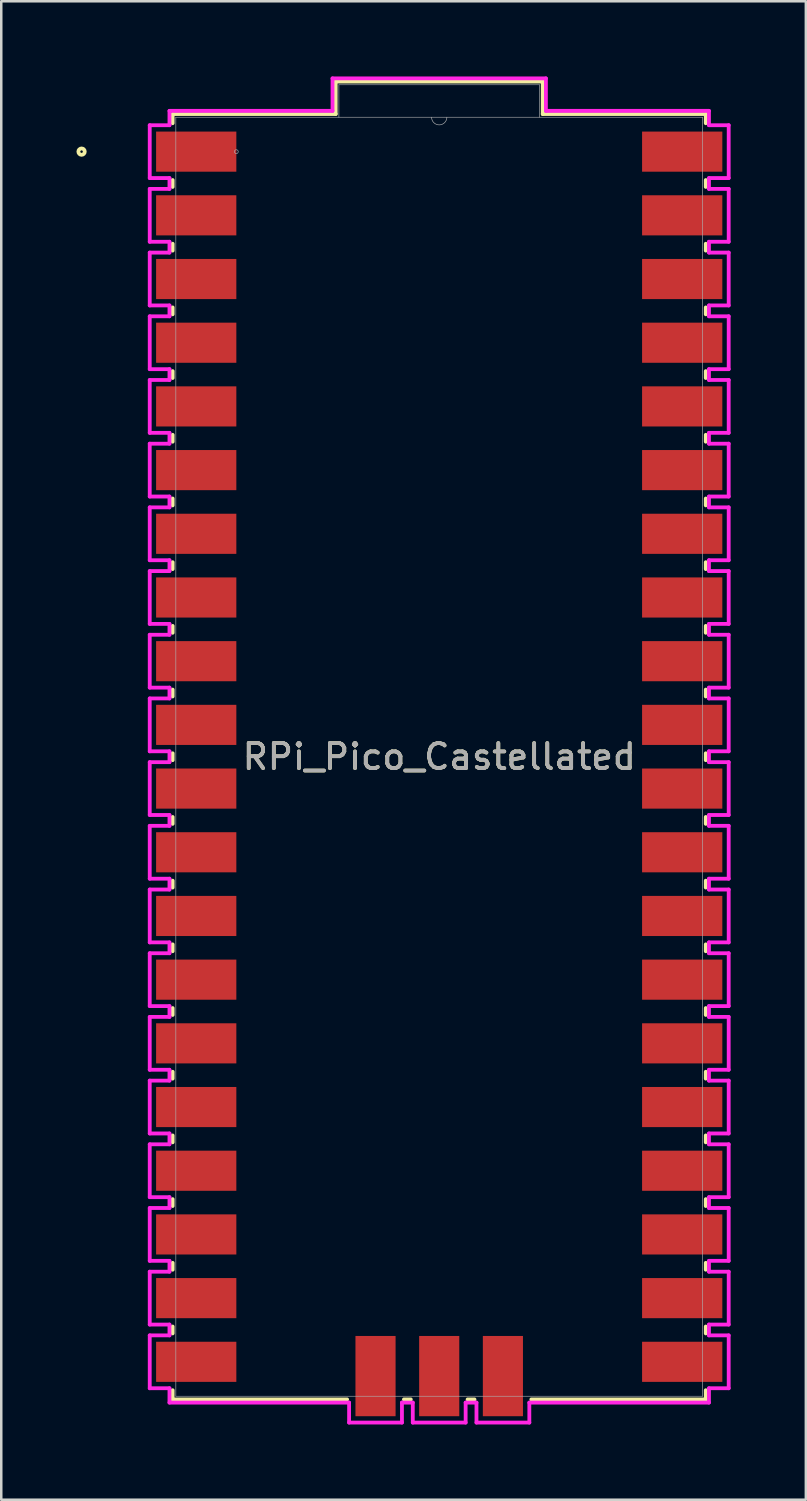
<source format=kicad_pcb>
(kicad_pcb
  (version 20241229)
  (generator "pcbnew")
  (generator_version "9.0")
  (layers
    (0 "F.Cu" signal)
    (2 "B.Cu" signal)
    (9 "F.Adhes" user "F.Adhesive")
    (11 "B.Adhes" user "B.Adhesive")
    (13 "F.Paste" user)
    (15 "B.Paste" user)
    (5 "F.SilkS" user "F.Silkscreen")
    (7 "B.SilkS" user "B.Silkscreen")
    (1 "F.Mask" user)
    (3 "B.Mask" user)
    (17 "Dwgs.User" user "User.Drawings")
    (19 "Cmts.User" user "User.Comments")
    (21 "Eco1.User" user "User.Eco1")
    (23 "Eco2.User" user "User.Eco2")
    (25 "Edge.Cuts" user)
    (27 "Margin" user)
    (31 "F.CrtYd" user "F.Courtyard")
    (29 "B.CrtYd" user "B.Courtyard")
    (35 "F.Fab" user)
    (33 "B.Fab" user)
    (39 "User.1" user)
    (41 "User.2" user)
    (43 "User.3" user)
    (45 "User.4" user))
  (footprint "RPi_Pico_Castellated"
    (layer "F.Cu")
    (at 14.465 27.127)
    (property "Reference" "RPi_Pico_Castellated" (at 0 0 0) (unlocked yes) (layer "F.SilkS") (effects (font (size 1 1) (thickness 0.15))))
    (attr smd)
    (fp_line (start -10.63 -25.629) (end -4.128 -25.629) (stroke (width 0.152) (type solid)) (layer "F.SilkS"))
    (fp_line (start -10.63 -25.263) (end -10.63 -25.629) (stroke (width 0.152) (type solid)) (layer "F.SilkS"))
    (fp_line (start -10.63 -22.723) (end -10.63 -22.997) (stroke (width 0.152) (type solid)) (layer "F.SilkS"))
    (fp_line (start -10.63 -20.183) (end -10.63 -20.457) (stroke (width 0.152) (type solid)) (layer "F.SilkS"))
    (fp_line (start -10.63 -17.643) (end -10.63 -17.917) (stroke (width 0.152) (type solid)) (layer "F.SilkS"))
    (fp_line (start -10.63 -15.103) (end -10.63 -15.377) (stroke (width 0.152) (type solid)) (layer "F.SilkS"))
    (fp_line (start -10.63 -12.563) (end -10.63 -12.837) (stroke (width 0.152) (type solid)) (layer "F.SilkS"))
    (fp_line (start -10.63 -10.023) (end -10.63 -10.297) (stroke (width 0.152) (type solid)) (layer "F.SilkS"))
    (fp_line (start -10.63 -7.483) (end -10.63 -7.757) (stroke (width 0.152) (type solid)) (layer "F.SilkS"))
    (fp_line (start -10.63 -4.943) (end -10.63 -5.217) (stroke (width 0.152) (type solid)) (layer "F.SilkS"))
    (fp_line (start -10.63 -2.403) (end -10.63 -2.677) (stroke (width 0.152) (type solid)) (layer "F.SilkS"))
    (fp_line (start -10.63 0.137) (end -10.63 -0.137) (stroke (width 0.152) (type solid)) (layer "F.SilkS"))
    (fp_line (start -10.63 2.677) (end -10.63 2.403) (stroke (width 0.152) (type solid)) (layer "F.SilkS"))
    (fp_line (start -10.63 5.217) (end -10.63 4.943) (stroke (width 0.152) (type solid)) (layer "F.SilkS"))
    (fp_line (start -10.63 7.757) (end -10.63 7.483) (stroke (width 0.152) (type solid)) (layer "F.SilkS"))
    (fp_line (start -10.63 10.297) (end -10.63 10.023) (stroke (width 0.152) (type solid)) (layer "F.SilkS"))
    (fp_line (start -10.63 12.837) (end -10.63 12.563) (stroke (width 0.152) (type solid)) (layer "F.SilkS"))
    (fp_line (start -10.63 15.377) (end -10.63 15.103) (stroke (width 0.152) (type solid)) (layer "F.SilkS"))
    (fp_line (start -10.63 17.917) (end -10.63 17.643) (stroke (width 0.152) (type solid)) (layer "F.SilkS"))
    (fp_line (start -10.63 20.457) (end -10.63 20.183) (stroke (width 0.152) (type solid)) (layer "F.SilkS"))
    (fp_line (start -10.63 22.997) (end -10.63 22.723) (stroke (width 0.152) (type solid)) (layer "F.SilkS"))
    (fp_line (start -10.63 25.629) (end -10.63 25.263) (stroke (width 0.152) (type solid)) (layer "F.SilkS"))
    (fp_line (start -4.128 -26.924) (end 4.128 -26.924) (stroke (width 0.152) (type solid)) (layer "F.SilkS"))
    (fp_line (start -4.128 -25.629) (end -4.128 -26.924) (stroke (width 0.152) (type solid)) (layer "F.SilkS"))
    (fp_line (start -3.673 25.629) (end -10.63 25.629) (stroke (width 0.152) (type solid)) (layer "F.SilkS"))
    (fp_line (start -1.133 25.629) (end -1.407 25.629) (stroke (width 0.152) (type solid)) (layer "F.SilkS"))
    (fp_line (start 1.407 25.629) (end 1.133 25.629) (stroke (width 0.152) (type solid)) (layer "F.SilkS"))
    (fp_line (start 4.128 -26.924) (end 4.128 -25.629) (stroke (width 0.152) (type solid)) (layer "F.SilkS"))
    (fp_line (start 4.128 -25.629) (end 10.63 -25.629) (stroke (width 0.152) (type solid)) (layer "F.SilkS"))
    (fp_line (start 10.63 -25.629) (end 10.63 -25.263) (stroke (width 0.152) (type solid)) (layer "F.SilkS"))
    (fp_line (start 10.63 -22.997) (end 10.63 -22.723) (stroke (width 0.152) (type solid)) (layer "F.SilkS"))
    (fp_line (start 10.63 -20.457) (end 10.63 -20.183) (stroke (width 0.152) (type solid)) (layer "F.SilkS"))
    (fp_line (start 10.63 -17.917) (end 10.63 -17.643) (stroke (width 0.152) (type solid)) (layer "F.SilkS"))
    (fp_line (start 10.63 -15.377) (end 10.63 -15.103) (stroke (width 0.152) (type solid)) (layer "F.SilkS"))
    (fp_line (start 10.63 -12.837) (end 10.63 -12.563) (stroke (width 0.152) (type solid)) (layer "F.SilkS"))
    (fp_line (start 10.63 -10.297) (end 10.63 -10.023) (stroke (width 0.152) (type solid)) (layer "F.SilkS"))
    (fp_line (start 10.63 -7.757) (end 10.63 -7.483) (stroke (width 0.152) (type solid)) (layer "F.SilkS"))
    (fp_line (start 10.63 -5.217) (end 10.63 -4.943) (stroke (width 0.152) (type solid)) (layer "F.SilkS"))
    (fp_line (start 10.63 -2.677) (end 10.63 -2.403) (stroke (width 0.152) (type solid)) (layer "F.SilkS"))
    (fp_line (start 10.63 -0.137) (end 10.63 0.137) (stroke (width 0.152) (type solid)) (layer "F.SilkS"))
    (fp_line (start 10.63 2.403) (end 10.63 2.677) (stroke (width 0.152) (type solid)) (layer "F.SilkS"))
    (fp_line (start 10.63 4.943) (end 10.63 5.217) (stroke (width 0.152) (type solid)) (layer "F.SilkS"))
    (fp_line (start 10.63 7.483) (end 10.63 7.757) (stroke (width 0.152) (type solid)) (layer "F.SilkS"))
    (fp_line (start 10.63 10.023) (end 10.63 10.297) (stroke (width 0.152) (type solid)) (layer "F.SilkS"))
    (fp_line (start 10.63 12.563) (end 10.63 12.837) (stroke (width 0.152) (type solid)) (layer "F.SilkS"))
    (fp_line (start 10.63 15.103) (end 10.63 15.377) (stroke (width 0.152) (type solid)) (layer "F.SilkS"))
    (fp_line (start 10.63 17.643) (end 10.63 17.917) (stroke (width 0.152) (type solid)) (layer "F.SilkS"))
    (fp_line (start 10.63 20.183) (end 10.63 20.457) (stroke (width 0.152) (type solid)) (layer "F.SilkS"))
    (fp_line (start 10.63 22.723) (end 10.63 22.997) (stroke (width 0.152) (type solid)) (layer "F.SilkS"))
    (fp_line (start 10.63 25.263) (end 10.63 25.629) (stroke (width 0.152) (type solid)) (layer "F.SilkS"))
    (fp_line (start 10.63 25.629) (end 3.673 25.629) (stroke (width 0.152) (type solid)) (layer "F.SilkS"))
    (fp_circle (center -14.262 -24.13) (end -14.135 -24.13) (stroke (width 0.152) (type solid)) (fill no) (layer "F.SilkS"))
    (fp_line (start -11.544 -25.184) (end -11.544 -23.076) (stroke (width 0.152) (type solid)) (layer "F.CrtYd"))
    (fp_line (start -11.544 -23.076) (end -10.757 -23.076) (stroke (width 0.152) (type solid)) (layer "F.CrtYd"))
    (fp_line (start -11.544 -22.644) (end -11.544 -20.536) (stroke (width 0.152) (type solid)) (layer "F.CrtYd"))
    (fp_line (start -11.544 -20.536) (end -10.757 -20.536) (stroke (width 0.152) (type solid)) (layer "F.CrtYd"))
    (fp_line (start -11.544 -20.104) (end -11.544 -17.996) (stroke (width 0.152) (type solid)) (layer "F.CrtYd"))
    (fp_line (start -11.544 -17.996) (end -10.757 -17.996) (stroke (width 0.152) (type solid)) (layer "F.CrtYd"))
    (fp_line (start -11.544 -17.564) (end -11.544 -15.456) (stroke (width 0.152) (type solid)) (layer "F.CrtYd"))
    (fp_line (start -11.544 -15.456) (end -10.757 -15.456) (stroke (width 0.152) (type solid)) (layer "F.CrtYd"))
    (fp_line (start -11.544 -15.024) (end -11.544 -12.916) (stroke (width 0.152) (type solid)) (layer "F.CrtYd"))
    (fp_line (start -11.544 -12.916) (end -10.757 -12.916) (stroke (width 0.152) (type solid)) (layer "F.CrtYd"))
    (fp_line (start -11.544 -12.484) (end -11.544 -10.376) (stroke (width 0.152) (type solid)) (layer "F.CrtYd"))
    (fp_line (start -11.544 -10.376) (end -10.757 -10.376) (stroke (width 0.152) (type solid)) (layer "F.CrtYd"))
    (fp_line (start -11.544 -9.944) (end -11.544 -7.836) (stroke (width 0.152) (type solid)) (layer "F.CrtYd"))
    (fp_line (start -11.544 -7.836) (end -10.757 -7.836) (stroke (width 0.152) (type solid)) (layer "F.CrtYd"))
    (fp_line (start -11.544 -7.404) (end -11.544 -5.296) (stroke (width 0.152) (type solid)) (layer "F.CrtYd"))
    (fp_line (start -11.544 -5.296) (end -10.757 -5.296) (stroke (width 0.152) (type solid)) (layer "F.CrtYd"))
    (fp_line (start -11.544 -4.864) (end -11.544 -2.756) (stroke (width 0.152) (type solid)) (layer "F.CrtYd"))
    (fp_line (start -11.544 -2.756) (end -10.757 -2.756) (stroke (width 0.152) (type solid)) (layer "F.CrtYd"))
    (fp_line (start -11.544 -2.324) (end -11.544 -0.216) (stroke (width 0.152) (type solid)) (layer "F.CrtYd"))
    (fp_line (start -11.544 -0.216) (end -10.757 -0.216) (stroke (width 0.152) (type solid)) (layer "F.CrtYd"))
    (fp_line (start -11.544 0.216) (end -11.544 2.324) (stroke (width 0.152) (type solid)) (layer "F.CrtYd"))
    (fp_line (start -11.544 2.324) (end -10.757 2.324) (stroke (width 0.152) (type solid)) (layer "F.CrtYd"))
    (fp_line (start -11.544 2.756) (end -11.544 4.864) (stroke (width 0.152) (type solid)) (layer "F.CrtYd"))
    (fp_line (start -11.544 4.864) (end -10.757 4.864) (stroke (width 0.152) (type solid)) (layer "F.CrtYd"))
    (fp_line (start -11.544 5.296) (end -11.544 7.404) (stroke (width 0.152) (type solid)) (layer "F.CrtYd"))
    (fp_line (start -11.544 7.404) (end -10.757 7.404) (stroke (width 0.152) (type solid)) (layer "F.CrtYd"))
    (fp_line (start -11.544 7.836) (end -11.544 9.944) (stroke (width 0.152) (type solid)) (layer "F.CrtYd"))
    (fp_line (start -11.544 9.944) (end -10.757 9.944) (stroke (width 0.152) (type solid)) (layer "F.CrtYd"))
    (fp_line (start -11.544 10.376) (end -11.544 12.484) (stroke (width 0.152) (type solid)) (layer "F.CrtYd"))
    (fp_line (start -11.544 12.484) (end -10.757 12.484) (stroke (width 0.152) (type solid)) (layer "F.CrtYd"))
    (fp_line (start -11.544 12.916) (end -11.544 15.024) (stroke (width 0.152) (type solid)) (layer "F.CrtYd"))
    (fp_line (start -11.544 15.024) (end -10.757 15.024) (stroke (width 0.152) (type solid)) (layer "F.CrtYd"))
    (fp_line (start -11.544 15.456) (end -11.544 17.564) (stroke (width 0.152) (type solid)) (layer "F.CrtYd"))
    (fp_line (start -11.544 17.564) (end -10.757 17.564) (stroke (width 0.152) (type solid)) (layer "F.CrtYd"))
    (fp_line (start -11.544 17.996) (end -11.544 20.104) (stroke (width 0.152) (type solid)) (layer "F.CrtYd"))
    (fp_line (start -11.544 20.104) (end -10.757 20.104) (stroke (width 0.152) (type solid)) (layer "F.CrtYd"))
    (fp_line (start -11.544 20.536) (end -11.544 22.644) (stroke (width 0.152) (type solid)) (layer "F.CrtYd"))
    (fp_line (start -11.544 22.644) (end -10.757 22.644) (stroke (width 0.152) (type solid)) (layer "F.CrtYd"))
    (fp_line (start -11.544 23.076) (end -11.544 25.184) (stroke (width 0.152) (type solid)) (layer "F.CrtYd"))
    (fp_line (start -11.544 25.184) (end -10.757 25.184) (stroke (width 0.152) (type solid)) (layer "F.CrtYd"))
    (fp_line (start -10.757 -25.756) (end -10.757 -25.184) (stroke (width 0.152) (type solid)) (layer "F.CrtYd"))
    (fp_line (start -10.757 -25.184) (end -11.544 -25.184) (stroke (width 0.152) (type solid)) (layer "F.CrtYd"))
    (fp_line (start -10.757 -23.076) (end -10.757 -22.644) (stroke (width 0.152) (type solid)) (layer "F.CrtYd"))
    (fp_line (start -10.757 -22.644) (end -11.544 -22.644) (stroke (width 0.152) (type solid)) (layer "F.CrtYd"))
    (fp_line (start -10.757 -20.536) (end -10.757 -20.104) (stroke (width 0.152) (type solid)) (layer "F.CrtYd"))
    (fp_line (start -10.757 -20.104) (end -11.544 -20.104) (stroke (width 0.152) (type solid)) (layer "F.CrtYd"))
    (fp_line (start -10.757 -17.996) (end -10.757 -17.564) (stroke (width 0.152) (type solid)) (layer "F.CrtYd"))
    (fp_line (start -10.757 -17.564) (end -11.544 -17.564) (stroke (width 0.152) (type solid)) (layer "F.CrtYd"))
    (fp_line (start -10.757 -15.456) (end -10.757 -15.024) (stroke (width 0.152) (type solid)) (layer "F.CrtYd"))
    (fp_line (start -10.757 -15.024) (end -11.544 -15.024) (stroke (width 0.152) (type solid)) (layer "F.CrtYd"))
    (fp_line (start -10.757 -12.916) (end -10.757 -12.484) (stroke (width 0.152) (type solid)) (layer "F.CrtYd"))
    (fp_line (start -10.757 -12.484) (end -11.544 -12.484) (stroke (width 0.152) (type solid)) (layer "F.CrtYd"))
    (fp_line (start -10.757 -10.376) (end -10.757 -9.944) (stroke (width 0.152) (type solid)) (layer "F.CrtYd"))
    (fp_line (start -10.757 -9.944) (end -11.544 -9.944) (stroke (width 0.152) (type solid)) (layer "F.CrtYd"))
    (fp_line (start -10.757 -7.836) (end -10.757 -7.404) (stroke (width 0.152) (type solid)) (layer "F.CrtYd"))
    (fp_line (start -10.757 -7.404) (end -11.544 -7.404) (stroke (width 0.152) (type solid)) (layer "F.CrtYd"))
    (fp_line (start -10.757 -5.296) (end -10.757 -4.864) (stroke (width 0.152) (type solid)) (layer "F.CrtYd"))
    (fp_line (start -10.757 -4.864) (end -11.544 -4.864) (stroke (width 0.152) (type solid)) (layer "F.CrtYd"))
    (fp_line (start -10.757 -2.756) (end -10.757 -2.324) (stroke (width 0.152) (type solid)) (layer "F.CrtYd"))
    (fp_line (start -10.757 -2.324) (end -11.544 -2.324) (stroke (width 0.152) (type solid)) (layer "F.CrtYd"))
    (fp_line (start -10.757 -0.216) (end -10.757 0.216) (stroke (width 0.152) (type solid)) (layer "F.CrtYd"))
    (fp_line (start -10.757 0.216) (end -11.544 0.216) (stroke (width 0.152) (type solid)) (layer "F.CrtYd"))
    (fp_line (start -10.757 2.324) (end -10.757 2.756) (stroke (width 0.152) (type solid)) (layer "F.CrtYd"))
    (fp_line (start -10.757 2.756) (end -11.544 2.756) (stroke (width 0.152) (type solid)) (layer "F.CrtYd"))
    (fp_line (start -10.757 4.864) (end -10.757 5.296) (stroke (width 0.152) (type solid)) (layer "F.CrtYd"))
    (fp_line (start -10.757 5.296) (end -11.544 5.296) (stroke (width 0.152) (type solid)) (layer "F.CrtYd"))
    (fp_line (start -10.757 7.404) (end -10.757 7.836) (stroke (width 0.152) (type solid)) (layer "F.CrtYd"))
    (fp_line (start -10.757 7.836) (end -11.544 7.836) (stroke (width 0.152) (type solid)) (layer "F.CrtYd"))
    (fp_line (start -10.757 9.944) (end -10.757 10.376) (stroke (width 0.152) (type solid)) (layer "F.CrtYd"))
    (fp_line (start -10.757 10.376) (end -11.544 10.376) (stroke (width 0.152) (type solid)) (layer "F.CrtYd"))
    (fp_line (start -10.757 12.484) (end -10.757 12.916) (stroke (width 0.152) (type solid)) (layer "F.CrtYd"))
    (fp_line (start -10.757 12.916) (end -11.544 12.916) (stroke (width 0.152) (type solid)) (layer "F.CrtYd"))
    (fp_line (start -10.757 15.024) (end -10.757 15.456) (stroke (width 0.152) (type solid)) (layer "F.CrtYd"))
    (fp_line (start -10.757 15.456) (end -11.544 15.456) (stroke (width 0.152) (type solid)) (layer "F.CrtYd"))
    (fp_line (start -10.757 17.564) (end -10.757 17.996) (stroke (width 0.152) (type solid)) (layer "F.CrtYd"))
    (fp_line (start -10.757 17.996) (end -11.544 17.996) (stroke (width 0.152) (type solid)) (layer "F.CrtYd"))
    (fp_line (start -10.757 20.104) (end -10.757 20.536) (stroke (width 0.152) (type solid)) (layer "F.CrtYd"))
    (fp_line (start -10.757 20.536) (end -11.544 20.536) (stroke (width 0.152) (type solid)) (layer "F.CrtYd"))
    (fp_line (start -10.757 22.644) (end -10.757 23.076) (stroke (width 0.152) (type solid)) (layer "F.CrtYd"))
    (fp_line (start -10.757 23.076) (end -11.544 23.076) (stroke (width 0.152) (type solid)) (layer "F.CrtYd"))
    (fp_line (start -10.757 25.184) (end -10.757 25.756) (stroke (width 0.152) (type solid)) (layer "F.CrtYd"))
    (fp_line (start -10.757 25.756) (end -3.594 25.756) (stroke (width 0.152) (type solid)) (layer "F.CrtYd"))
    (fp_line (start -4.255 -27.051) (end -4.255 -25.756) (stroke (width 0.152) (type solid)) (layer "F.CrtYd"))
    (fp_line (start -4.255 -25.756) (end -10.757 -25.756) (stroke (width 0.152) (type solid)) (layer "F.CrtYd"))
    (fp_line (start -3.594 25.756) (end -3.594 26.553) (stroke (width 0.152) (type solid)) (layer "F.CrtYd"))
    (fp_line (start -3.594 26.553) (end -1.486 26.553) (stroke (width 0.152) (type solid)) (layer "F.CrtYd"))
    (fp_line (start -1.486 25.756) (end -1.054 25.756) (stroke (width 0.152) (type solid)) (layer "F.CrtYd"))
    (fp_line (start -1.486 26.553) (end -1.486 25.756) (stroke (width 0.152) (type solid)) (layer "F.CrtYd"))
    (fp_line (start -1.054 25.756) (end -1.054 26.553) (stroke (width 0.152) (type solid)) (layer "F.CrtYd"))
    (fp_line (start -1.054 26.553) (end 1.054 26.553) (stroke (width 0.152) (type solid)) (layer "F.CrtYd"))
    (fp_line (start 1.054 25.756) (end 1.486 25.756) (stroke (width 0.152) (type solid)) (layer "F.CrtYd"))
    (fp_line (start 1.054 26.553) (end 1.054 25.756) (stroke (width 0.152) (type solid)) (layer "F.CrtYd"))
    (fp_line (start 1.486 25.756) (end 1.486 26.553) (stroke (width 0.152) (type solid)) (layer "F.CrtYd"))
    (fp_line (start 1.486 26.553) (end 3.594 26.553) (stroke (width 0.152) (type solid)) (layer "F.CrtYd"))
    (fp_line (start 3.594 25.756) (end 10.757 25.756) (stroke (width 0.152) (type solid)) (layer "F.CrtYd"))
    (fp_line (start 3.594 26.553) (end 3.594 25.756) (stroke (width 0.152) (type solid)) (layer "F.CrtYd"))
    (fp_line (start 4.255 -27.051) (end -4.255 -27.051) (stroke (width 0.152) (type solid)) (layer "F.CrtYd"))
    (fp_line (start 4.255 -25.756) (end 4.255 -27.051) (stroke (width 0.152) (type solid)) (layer "F.CrtYd"))
    (fp_line (start 10.757 -25.756) (end 4.255 -25.756) (stroke (width 0.152) (type solid)) (layer "F.CrtYd"))
    (fp_line (start 10.757 -25.184) (end 10.757 -25.756) (stroke (width 0.152) (type solid)) (layer "F.CrtYd"))
    (fp_line (start 10.757 -23.076) (end 11.544 -23.076) (stroke (width 0.152) (type solid)) (layer "F.CrtYd"))
    (fp_line (start 10.757 -22.644) (end 10.757 -23.076) (stroke (width 0.152) (type solid)) (layer "F.CrtYd"))
    (fp_line (start 10.757 -20.536) (end 11.544 -20.536) (stroke (width 0.152) (type solid)) (layer "F.CrtYd"))
    (fp_line (start 10.757 -20.104) (end 10.757 -20.536) (stroke (width 0.152) (type solid)) (layer "F.CrtYd"))
    (fp_line (start 10.757 -17.996) (end 11.544 -17.996) (stroke (width 0.152) (type solid)) (layer "F.CrtYd"))
    (fp_line (start 10.757 -17.564) (end 10.757 -17.996) (stroke (width 0.152) (type solid)) (layer "F.CrtYd"))
    (fp_line (start 10.757 -15.456) (end 11.544 -15.456) (stroke (width 0.152) (type solid)) (layer "F.CrtYd"))
    (fp_line (start 10.757 -15.024) (end 10.757 -15.456) (stroke (width 0.152) (type solid)) (layer "F.CrtYd"))
    (fp_line (start 10.757 -12.916) (end 11.544 -12.916) (stroke (width 0.152) (type solid)) (layer "F.CrtYd"))
    (fp_line (start 10.757 -12.484) (end 10.757 -12.916) (stroke (width 0.152) (type solid)) (layer "F.CrtYd"))
    (fp_line (start 10.757 -10.376) (end 11.544 -10.376) (stroke (width 0.152) (type solid)) (layer "F.CrtYd"))
    (fp_line (start 10.757 -9.944) (end 10.757 -10.376) (stroke (width 0.152) (type solid)) (layer "F.CrtYd"))
    (fp_line (start 10.757 -7.836) (end 11.544 -7.836) (stroke (width 0.152) (type solid)) (layer "F.CrtYd"))
    (fp_line (start 10.757 -7.404) (end 10.757 -7.836) (stroke (width 0.152) (type solid)) (layer "F.CrtYd"))
    (fp_line (start 10.757 -5.296) (end 11.544 -5.296) (stroke (width 0.152) (type solid)) (layer "F.CrtYd"))
    (fp_line (start 10.757 -4.864) (end 10.757 -5.296) (stroke (width 0.152) (type solid)) (layer "F.CrtYd"))
    (fp_line (start 10.757 -2.756) (end 11.544 -2.756) (stroke (width 0.152) (type solid)) (layer "F.CrtYd"))
    (fp_line (start 10.757 -2.324) (end 10.757 -2.756) (stroke (width 0.152) (type solid)) (layer "F.CrtYd"))
    (fp_line (start 10.757 -0.216) (end 11.544 -0.216) (stroke (width 0.152) (type solid)) (layer "F.CrtYd"))
    (fp_line (start 10.757 0.216) (end 10.757 -0.216) (stroke (width 0.152) (type solid)) (layer "F.CrtYd"))
    (fp_line (start 10.757 2.324) (end 11.544 2.324) (stroke (width 0.152) (type solid)) (layer "F.CrtYd"))
    (fp_line (start 10.757 2.756) (end 10.757 2.324) (stroke (width 0.152) (type solid)) (layer "F.CrtYd"))
    (fp_line (start 10.757 4.864) (end 11.544 4.864) (stroke (width 0.152) (type solid)) (layer "F.CrtYd"))
    (fp_line (start 10.757 5.296) (end 10.757 4.864) (stroke (width 0.152) (type solid)) (layer "F.CrtYd"))
    (fp_line (start 10.757 7.404) (end 11.544 7.404) (stroke (width 0.152) (type solid)) (layer "F.CrtYd"))
    (fp_line (start 10.757 7.836) (end 10.757 7.404) (stroke (width 0.152) (type solid)) (layer "F.CrtYd"))
    (fp_line (start 10.757 9.944) (end 11.544 9.944) (stroke (width 0.152) (type solid)) (layer "F.CrtYd"))
    (fp_line (start 10.757 10.376) (end 10.757 9.944) (stroke (width 0.152) (type solid)) (layer "F.CrtYd"))
    (fp_line (start 10.757 12.484) (end 11.544 12.484) (stroke (width 0.152) (type solid)) (layer "F.CrtYd"))
    (fp_line (start 10.757 12.916) (end 10.757 12.484) (stroke (width 0.152) (type solid)) (layer "F.CrtYd"))
    (fp_line (start 10.757 15.024) (end 11.544 15.024) (stroke (width 0.152) (type solid)) (layer "F.CrtYd"))
    (fp_line (start 10.757 15.456) (end 10.757 15.024) (stroke (width 0.152) (type solid)) (layer "F.CrtYd"))
    (fp_line (start 10.757 17.564) (end 11.544 17.564) (stroke (width 0.152) (type solid)) (layer "F.CrtYd"))
    (fp_line (start 10.757 17.996) (end 10.757 17.564) (stroke (width 0.152) (type solid)) (layer "F.CrtYd"))
    (fp_line (start 10.757 20.104) (end 11.544 20.104) (stroke (width 0.152) (type solid)) (layer "F.CrtYd"))
    (fp_line (start 10.757 20.536) (end 10.757 20.104) (stroke (width 0.152) (type solid)) (layer "F.CrtYd"))
    (fp_line (start 10.757 22.644) (end 11.544 22.644) (stroke (width 0.152) (type solid)) (layer "F.CrtYd"))
    (fp_line (start 10.757 23.076) (end 10.757 22.644) (stroke (width 0.152) (type solid)) (layer "F.CrtYd"))
    (fp_line (start 10.757 25.184) (end 11.544 25.184) (stroke (width 0.152) (type solid)) (layer "F.CrtYd"))
    (fp_line (start 10.757 25.756) (end 10.757 25.184) (stroke (width 0.152) (type solid)) (layer "F.CrtYd"))
    (fp_line (start 11.544 -25.184) (end 10.757 -25.184) (stroke (width 0.152) (type solid)) (layer "F.CrtYd"))
    (fp_line (start 11.544 -23.076) (end 11.544 -25.184) (stroke (width 0.152) (type solid)) (layer "F.CrtYd"))
    (fp_line (start 11.544 -22.644) (end 10.757 -22.644) (stroke (width 0.152) (type solid)) (layer "F.CrtYd"))
    (fp_line (start 11.544 -20.536) (end 11.544 -22.644) (stroke (width 0.152) (type solid)) (layer "F.CrtYd"))
    (fp_line (start 11.544 -20.104) (end 10.757 -20.104) (stroke (width 0.152) (type solid)) (layer "F.CrtYd"))
    (fp_line (start 11.544 -17.996) (end 11.544 -20.104) (stroke (width 0.152) (type solid)) (layer "F.CrtYd"))
    (fp_line (start 11.544 -17.564) (end 10.757 -17.564) (stroke (width 0.152) (type solid)) (layer "F.CrtYd"))
    (fp_line (start 11.544 -15.456) (end 11.544 -17.564) (stroke (width 0.152) (type solid)) (layer "F.CrtYd"))
    (fp_line (start 11.544 -15.024) (end 10.757 -15.024) (stroke (width 0.152) (type solid)) (layer "F.CrtYd"))
    (fp_line (start 11.544 -12.916) (end 11.544 -15.024) (stroke (width 0.152) (type solid)) (layer "F.CrtYd"))
    (fp_line (start 11.544 -12.484) (end 10.757 -12.484) (stroke (width 0.152) (type solid)) (layer "F.CrtYd"))
    (fp_line (start 11.544 -10.376) (end 11.544 -12.484) (stroke (width 0.152) (type solid)) (layer "F.CrtYd"))
    (fp_line (start 11.544 -9.944) (end 10.757 -9.944) (stroke (width 0.152) (type solid)) (layer "F.CrtYd"))
    (fp_line (start 11.544 -7.836) (end 11.544 -9.944) (stroke (width 0.152) (type solid)) (layer "F.CrtYd"))
    (fp_line (start 11.544 -7.404) (end 10.757 -7.404) (stroke (width 0.152) (type solid)) (layer "F.CrtYd"))
    (fp_line (start 11.544 -5.296) (end 11.544 -7.404) (stroke (width 0.152) (type solid)) (layer "F.CrtYd"))
    (fp_line (start 11.544 -4.864) (end 10.757 -4.864) (stroke (width 0.152) (type solid)) (layer "F.CrtYd"))
    (fp_line (start 11.544 -2.756) (end 11.544 -4.864) (stroke (width 0.152) (type solid)) (layer "F.CrtYd"))
    (fp_line (start 11.544 -2.324) (end 10.757 -2.324) (stroke (width 0.152) (type solid)) (layer "F.CrtYd"))
    (fp_line (start 11.544 -0.216) (end 11.544 -2.324) (stroke (width 0.152) (type solid)) (layer "F.CrtYd"))
    (fp_line (start 11.544 0.216) (end 10.757 0.216) (stroke (width 0.152) (type solid)) (layer "F.CrtYd"))
    (fp_line (start 11.544 2.324) (end 11.544 0.216) (stroke (width 0.152) (type solid)) (layer "F.CrtYd"))
    (fp_line (start 11.544 2.756) (end 10.757 2.756) (stroke (width 0.152) (type solid)) (layer "F.CrtYd"))
    (fp_line (start 11.544 4.864) (end 11.544 2.756) (stroke (width 0.152) (type solid)) (layer "F.CrtYd"))
    (fp_line (start 11.544 5.296) (end 10.757 5.296) (stroke (width 0.152) (type solid)) (layer "F.CrtYd"))
    (fp_line (start 11.544 7.404) (end 11.544 5.296) (stroke (width 0.152) (type solid)) (layer "F.CrtYd"))
    (fp_line (start 11.544 7.836) (end 10.757 7.836) (stroke (width 0.152) (type solid)) (layer "F.CrtYd"))
    (fp_line (start 11.544 9.944) (end 11.544 7.836) (stroke (width 0.152) (type solid)) (layer "F.CrtYd"))
    (fp_line (start 11.544 10.376) (end 10.757 10.376) (stroke (width 0.152) (type solid)) (layer "F.CrtYd"))
    (fp_line (start 11.544 12.484) (end 11.544 10.376) (stroke (width 0.152) (type solid)) (layer "F.CrtYd"))
    (fp_line (start 11.544 12.916) (end 10.757 12.916) (stroke (width 0.152) (type solid)) (layer "F.CrtYd"))
    (fp_line (start 11.544 15.024) (end 11.544 12.916) (stroke (width 0.152) (type solid)) (layer "F.CrtYd"))
    (fp_line (start 11.544 15.456) (end 10.757 15.456) (stroke (width 0.152) (type solid)) (layer "F.CrtYd"))
    (fp_line (start 11.544 17.564) (end 11.544 15.456) (stroke (width 0.152) (type solid)) (layer "F.CrtYd"))
    (fp_line (start 11.544 17.996) (end 10.757 17.996) (stroke (width 0.152) (type solid)) (layer "F.CrtYd"))
    (fp_line (start 11.544 20.104) (end 11.544 17.996) (stroke (width 0.152) (type solid)) (layer "F.CrtYd"))
    (fp_line (start 11.544 20.536) (end 10.757 20.536) (stroke (width 0.152) (type solid)) (layer "F.CrtYd"))
    (fp_line (start 11.544 22.644) (end 11.544 20.536) (stroke (width 0.152) (type solid)) (layer "F.CrtYd"))
    (fp_line (start 11.544 23.076) (end 10.757 23.076) (stroke (width 0.152) (type solid)) (layer "F.CrtYd"))
    (fp_line (start 11.544 25.184) (end 11.544 23.076) (stroke (width 0.152) (type solid)) (layer "F.CrtYd"))
    (fp_line (start -10.503 -25.502) (end -10.503 25.502) (stroke (width 0.025) (type solid)) (layer "F.Fab"))
    (fp_line (start -10.503 25.502) (end 10.503 25.502) (stroke (width 0.025) (type solid)) (layer "F.Fab"))
    (fp_line (start -4 -26.797) (end -4 -25.502) (stroke (width 0.025) (type solid)) (layer "F.Fab"))
    (fp_line (start -4 -26.797) (end 4 -26.797) (stroke (width 0.025) (type solid)) (layer "F.Fab"))
    (fp_line (start 4 -26.797) (end 4 -25.502) (stroke (width 0.025) (type solid)) (layer "F.Fab"))
    (fp_line (start 10.503 -25.502) (end -10.503 -25.502) (stroke (width 0.025) (type solid)) (layer "F.Fab"))
    (fp_line (start 10.503 25.502) (end 10.503 -25.502) (stroke (width 0.025) (type solid)) (layer "F.Fab"))
    (fp_arc (start 0.3048 -25.5016) (mid 0 -25.1968) (end -0.3048 -25.5016) (stroke (width 0.0254) (type solid)) (layer "F.Fab"))
    (fp_circle (center -8.09 -24.13) (end -8.014 -24.13) (stroke (width 0.025) (type solid)) (fill no) (layer "F.Fab"))
    (fp_text user "${REFERENCE}" (at 0 0 0) (unlocked yes) (layer "F.Fab") (effects (font (size 1 1) (thickness 0.15))))
    (pad "1" smd rect (at -9.69 -24.13) (size 3.2 1.6) (layers "F.Cu" "F.Mask" "F.Paste"))
    (pad "2" smd rect (at -9.69 -21.59) (size 3.2 1.6) (layers "F.Cu" "F.Mask" "F.Paste"))
    (pad "3" smd rect (at -9.69 -19.05) (size 3.2 1.6) (layers "F.Cu" "F.Mask" "F.Paste"))
    (pad "4" smd rect (at -9.69 -16.51) (size 3.2 1.6) (layers "F.Cu" "F.Mask" "F.Paste"))
    (pad "5" smd rect (at -9.69 -13.97) (size 3.2 1.6) (layers "F.Cu" "F.Mask" "F.Paste"))
    (pad "6" smd rect (at -9.69 -11.43) (size 3.2 1.6) (layers "F.Cu" "F.Mask" "F.Paste"))
    (pad "7" smd rect (at -9.69 -8.89) (size 3.2 1.6) (layers "F.Cu" "F.Mask" "F.Paste"))
    (pad "8" smd rect (at -9.69 -6.35) (size 3.2 1.6) (layers "F.Cu" "F.Mask" "F.Paste"))
    (pad "9" smd rect (at -9.69 -3.81) (size 3.2 1.6) (layers "F.Cu" "F.Mask" "F.Paste"))
    (pad "10" smd rect (at -9.69 -1.27) (size 3.2 1.6) (layers "F.Cu" "F.Mask" "F.Paste"))
    (pad "11" smd rect (at -9.69 1.27) (size 3.2 1.6) (layers "F.Cu" "F.Mask" "F.Paste"))
    (pad "12" smd rect (at -9.69 3.81) (size 3.2 1.6) (layers "F.Cu" "F.Mask" "F.Paste"))
    (pad "13" smd rect (at -9.69 6.35) (size 3.2 1.6) (layers "F.Cu" "F.Mask" "F.Paste"))
    (pad "14" smd rect (at -9.69 8.89) (size 3.2 1.6) (layers "F.Cu" "F.Mask" "F.Paste"))
    (pad "15" smd rect (at -9.69 11.43) (size 3.2 1.6) (layers "F.Cu" "F.Mask" "F.Paste"))
    (pad "16" smd rect (at -9.69 13.97) (size 3.2 1.6) (layers "F.Cu" "F.Mask" "F.Paste"))
    (pad "17" smd rect (at -9.69 16.51) (size 3.2 1.6) (layers "F.Cu" "F.Mask" "F.Paste"))
    (pad "18" smd rect (at -9.69 19.05) (size 3.2 1.6) (layers "F.Cu" "F.Mask" "F.Paste"))
    (pad "19" smd rect (at -9.69 21.59) (size 3.2 1.6) (layers "F.Cu" "F.Mask" "F.Paste"))
    (pad "20" smd rect (at -9.69 24.13) (size 3.2 1.6) (layers "F.Cu" "F.Mask" "F.Paste"))
    (pad "21" smd rect (at 9.69 24.13) (size 3.2 1.6) (layers "F.Cu" "F.Mask" "F.Paste"))
    (pad "22" smd rect (at 9.69 21.59) (size 3.2 1.6) (layers "F.Cu" "F.Mask" "F.Paste"))
    (pad "23" smd rect (at 9.69 19.05) (size 3.2 1.6) (layers "F.Cu" "F.Mask" "F.Paste"))
    (pad "24" smd rect (at 9.69 16.51) (size 3.2 1.6) (layers "F.Cu" "F.Mask" "F.Paste"))
    (pad "25" smd rect (at 9.69 13.97) (size 3.2 1.6) (layers "F.Cu" "F.Mask" "F.Paste"))
    (pad "26" smd rect (at 9.69 11.43) (size 3.2 1.6) (layers "F.Cu" "F.Mask" "F.Paste"))
    (pad "27" smd rect (at 9.69 8.89) (size 3.2 1.6) (layers "F.Cu" "F.Mask" "F.Paste"))
    (pad "28" smd rect (at 9.69 6.35) (size 3.2 1.6) (layers "F.Cu" "F.Mask" "F.Paste"))
    (pad "29" smd rect (at 9.69 3.81) (size 3.2 1.6) (layers "F.Cu" "F.Mask" "F.Paste"))
    (pad "30" smd rect (at 9.69 1.27) (size 3.2 1.6) (layers "F.Cu" "F.Mask" "F.Paste"))
    (pad "31" smd rect (at 9.69 -1.27) (size 3.2 1.6) (layers "F.Cu" "F.Mask" "F.Paste"))
    (pad "32" smd rect (at 9.69 -3.81) (size 3.2 1.6) (layers "F.Cu" "F.Mask" "F.Paste"))
    (pad "33" smd rect (at 9.69 -6.35) (size 3.2 1.6) (layers "F.Cu" "F.Mask" "F.Paste"))
    (pad "34" smd rect (at 9.69 -8.89) (size 3.2 1.6) (layers "F.Cu" "F.Mask" "F.Paste"))
    (pad "35" smd rect (at 9.69 -11.43) (size 3.2 1.6) (layers "F.Cu" "F.Mask" "F.Paste"))
    (pad "36" smd rect (at 9.69 -13.97) (size 3.2 1.6) (layers "F.Cu" "F.Mask" "F.Paste"))
    (pad "37" smd rect (at 9.69 -16.51) (size 3.2 1.6) (layers "F.Cu" "F.Mask" "F.Paste"))
    (pad "38" smd rect (at 9.69 -19.05) (size 3.2 1.6) (layers "F.Cu" "F.Mask" "F.Paste"))
    (pad "39" smd rect (at 9.69 -21.59) (size 3.2 1.6) (layers "F.Cu" "F.Mask" "F.Paste"))
    (pad "40" smd rect (at 9.69 -24.13) (size 3.2 1.6) (layers "F.Cu" "F.Mask" "F.Paste"))
    (pad "41" smd rect (at -2.54 24.699 90) (size 3.2 1.6) (layers "F.Cu" "F.Mask" "F.Paste"))
    (pad "42" smd rect (at 0 24.699 90) (size 3.2 1.6) (layers "F.Cu" "F.Mask" "F.Paste"))
    (pad "43" smd rect (at 2.54 24.699 90) (size 3.2 1.6) (layers "F.Cu" "F.Mask" "F.Paste")))
  (gr_rect
    (start -3 -3)
    (end 29.086 56.757)
    (stroke (width 0.1) (type default))
    (fill no)
    (layer "Edge.Cuts")))
</source>
